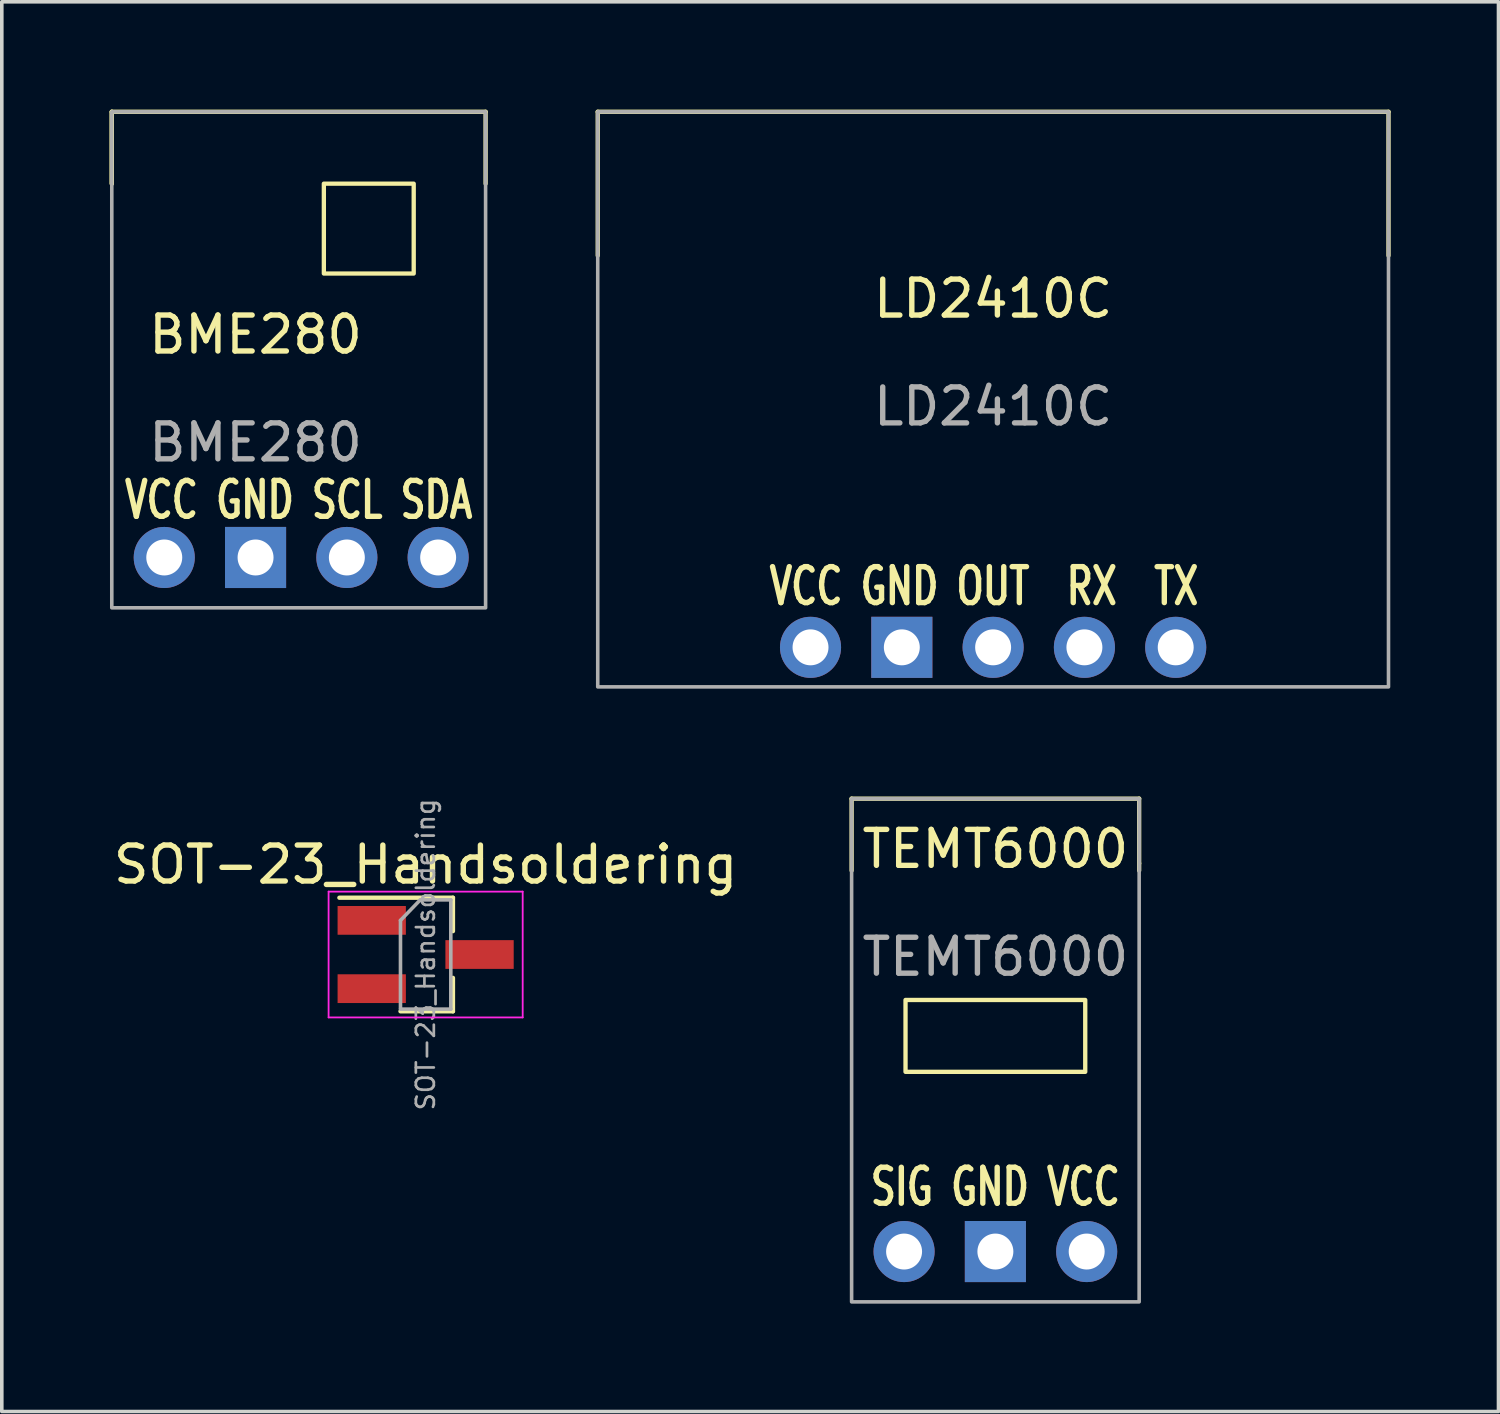
<source format=kicad_pcb>
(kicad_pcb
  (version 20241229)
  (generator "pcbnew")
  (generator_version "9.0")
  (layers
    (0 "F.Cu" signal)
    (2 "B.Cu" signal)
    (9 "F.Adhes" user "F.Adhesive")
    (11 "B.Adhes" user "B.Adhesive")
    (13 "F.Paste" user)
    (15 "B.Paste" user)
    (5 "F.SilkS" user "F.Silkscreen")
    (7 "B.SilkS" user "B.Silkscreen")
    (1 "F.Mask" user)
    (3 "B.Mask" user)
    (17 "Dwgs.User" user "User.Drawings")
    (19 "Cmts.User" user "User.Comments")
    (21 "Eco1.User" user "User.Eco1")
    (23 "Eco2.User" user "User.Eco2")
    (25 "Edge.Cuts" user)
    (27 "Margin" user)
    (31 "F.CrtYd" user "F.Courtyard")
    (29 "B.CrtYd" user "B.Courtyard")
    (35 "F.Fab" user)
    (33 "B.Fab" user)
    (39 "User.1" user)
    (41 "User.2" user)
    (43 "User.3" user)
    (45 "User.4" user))
  (footprint "BME280"
    (layer "F.Cu")
    (at 4.06 12.46)
    (property "Reference" "BME280" (at 0 -6.2 0) (unlocked yes) (layer "F.SilkS") (effects (font (size 1 1) (thickness 0.15))))
    (attr through_hole)
    (fp_line (start -4 -12.4) (end -4 -10.4) (stroke (width 0.12) (type solid)) (layer "F.SilkS"))
    (fp_line (start -4 -12.4) (end 6.4 -12.4) (stroke (width 0.12) (type solid)) (layer "F.SilkS"))
    (fp_line (start -4 -10.4) (end -4 -12.4) (stroke (width 0.12) (type solid)) (layer "F.SilkS"))
    (fp_line (start 6.4 -12.4) (end 6.4 -10.4) (stroke (width 0.12) (type solid)) (layer "F.SilkS"))
    (fp_rect (start 4.4 -10.4) (end 1.9 -7.9) (stroke (width 0.12) (type solid)) (fill no) (layer "F.SilkS"))
    (fp_rect (start -4 1.4) (end 6.4 -12.4) (stroke (width 0.1) (type solid)) (fill no) (layer "F.Fab"))
    (fp_text user "VCC GND SCL SDA" (at 1.2 -1.6 0) (unlocked yes) (layer "F.SilkS") (effects (font (size 1 0.7) (thickness 0.15))))
    (fp_text user "${REFERENCE}" (at 0 -3.2 0) (unlocked yes) (layer "F.Fab") (effects (font (size 1 1) (thickness 0.15))))
    (pad "1" thru_hole circle (at -2.54 0) (size 1.7 1.7) (drill 1) (layers "*.Cu" "*.Mask"))
    (pad "2" thru_hole rect (at 0 0) (size 1.7 1.7) (drill 1) (layers "*.Cu" "*.Mask"))
    (pad "3" thru_hole circle (at 2.54 0) (size 1.7 1.7) (drill 1) (layers "*.Cu" "*.Mask"))
    (pad "4" thru_hole circle (at 5.08 0) (size 1.7 1.7) (drill 1) (layers "*.Cu" "*.Mask")))
  (footprint "TEMT6000"
    (layer "F.Cu")
    (at 24.643 31.77)
    (property "Reference" "TEMT6000" (at 0 -11.2 0) (unlocked yes) (layer "F.SilkS") (effects (font (size 1 1) (thickness 0.15))))
    (attr through_hole)
    (fp_line (start -4 -12.6) (end 4 -12.6) (stroke (width 0.12) (type solid)) (layer "F.SilkS"))
    (fp_line (start -4 -10.6) (end -4 -12.6) (stroke (width 0.12) (type solid)) (layer "F.SilkS"))
    (fp_line (start 4 -12.6) (end 4 -10.8) (stroke (width 0.12) (type solid)) (layer "F.SilkS"))
    (fp_line (start 4 -10.8) (end 4 -10.6) (stroke (width 0.12) (type solid)) (layer "F.SilkS"))
    (fp_rect (start -2.5 -7) (end 2.5 -5) (stroke (width 0.12) (type solid)) (fill no) (layer "F.SilkS"))
    (fp_rect (start -4 1.4) (end 4 -12.6) (stroke (width 0.1) (type solid)) (fill no) (layer "F.Fab"))
    (fp_text user "SIG GND VCC" (at 0 -1.8 0) (unlocked yes) (layer "F.SilkS") (effects (font (size 1 0.7) (thickness 0.15))))
    (fp_text user "${REFERENCE}" (at 0 -8.2 0) (unlocked yes) (layer "F.Fab") (effects (font (size 1 1) (thickness 0.15))))
    (pad "1" thru_hole circle (at -2.54 0) (size 1.7 1.7) (drill 1) (layers "*.Cu" "*.Mask"))
    (pad "2" thru_hole rect (at 0 0) (size 1.7 1.7) (drill 1) (layers "*.Cu" "*.Mask"))
    (pad "3" thru_hole circle (at 2.54 0) (size 1.7 1.7) (drill 1) (layers "*.Cu" "*.Mask")))
  (footprint "LD2410C"
    (layer "F.Cu")
    (at 24.58 14.96)
    (property "Reference" "LD2410C" (at 0 -9.7 0) (unlocked yes) (layer "F.SilkS") (effects (font (size 1 1) (thickness 0.15))))
    (attr through_hole)
    (fp_line (start -11 -14.9) (end -11 -10.9) (stroke (width 0.12) (type solid)) (layer "F.SilkS"))
    (fp_line (start -11 -14.9) (end 11 -14.9) (stroke (width 0.12) (type solid)) (layer "F.SilkS"))
    (fp_line (start 11 -14.9) (end 11 -10.9) (stroke (width 0.12) (type solid)) (layer "F.SilkS"))
    (fp_rect (start -11 1.1) (end 11 -14.9) (stroke (width 0.1) (type solid)) (fill no) (layer "F.Fab"))
    (fp_text user "VCC GND OUT  RX  TX" (at -0.254 -1.7 0) (unlocked yes) (layer "F.SilkS") (effects (font (size 1 0.7) (thickness 0.15))))
    (fp_text user "${REFERENCE}" (at 0 -6.7 0) (unlocked yes) (layer "F.Fab") (effects (font (size 1 1) (thickness 0.15))))
    (pad "1" thru_hole circle (at -5.08 0) (size 1.7 1.7) (drill 1) (layers "*.Cu" "*.Mask"))
    (pad "2" thru_hole rect (at -2.54 0) (size 1.7 1.7) (drill 1) (layers "*.Cu" "*.Mask"))
    (pad "3" thru_hole circle (at 0 0) (size 1.7 1.7) (drill 1) (layers "*.Cu" "*.Mask"))
    (pad "4" thru_hole circle (at 2.54 0) (size 1.7 1.7) (drill 1) (layers "*.Cu" "*.Mask"))
    (pad "5" thru_hole circle (at 5.08 0) (size 1.7 1.7) (drill 1) (layers "*.Cu" "*.Mask")))
  (footprint "SOT-23_Handsoldering"
    (layer "F.Cu")
    (at 8.792 23.506)
    (property "Reference" "SOT-23_Handsoldering" (at 0 -2.5 0) (layer "F.SilkS") (effects (font (size 1 1) (thickness 0.15))))
    (attr smd)
    (fp_line (start 0.76 -1.58) (end -2.4 -1.58) (stroke (width 0.12) (type solid)) (layer "F.SilkS"))
    (fp_line (start 0.76 -1.58) (end 0.76 -0.65) (stroke (width 0.12) (type solid)) (layer "F.SilkS"))
    (fp_line (start 0.76 1.58) (end -0.7 1.58) (stroke (width 0.12) (type solid)) (layer "F.SilkS"))
    (fp_line (start 0.76 1.58) (end 0.76 0.65) (stroke (width 0.12) (type solid)) (layer "F.SilkS"))
    (fp_line (start -2.7 -1.75) (end 2.7 -1.75) (stroke (width 0.05) (type solid)) (layer "F.CrtYd"))
    (fp_line (start -2.7 1.75) (end -2.7 -1.75) (stroke (width 0.05) (type solid)) (layer "F.CrtYd"))
    (fp_line (start 2.7 -1.75) (end 2.7 1.75) (stroke (width 0.05) (type solid)) (layer "F.CrtYd"))
    (fp_line (start 2.7 1.75) (end -2.7 1.75) (stroke (width 0.05) (type solid)) (layer "F.CrtYd"))
    (fp_line (start -0.7 -0.95) (end -0.7 1.5) (stroke (width 0.1) (type solid)) (layer "F.Fab"))
    (fp_line (start -0.7 -0.95) (end -0.15 -1.52) (stroke (width 0.1) (type solid)) (layer "F.Fab"))
    (fp_line (start -0.7 1.52) (end 0.7 1.52) (stroke (width 0.1) (type solid)) (layer "F.Fab"))
    (fp_line (start -0.15 -1.52) (end 0.7 -1.52) (stroke (width 0.1) (type solid)) (layer "F.Fab"))
    (fp_line (start 0.7 -1.52) (end 0.7 1.52) (stroke (width 0.1) (type solid)) (layer "F.Fab"))
    (fp_text user "${REFERENCE}" (at 0 0 90) (layer "F.Fab") (effects (font (size 0.5 0.5) (thickness 0.075))))
    (pad "1" smd rect (at -1.5 0.95) (size 1.9 0.8) (layers "F.Cu" "F.Mask" "F.Paste"))
    (pad "2" smd rect (at -1.5 -0.95) (size 1.9 0.8) (layers "F.Cu" "F.Mask" "F.Paste"))
    (pad "3" smd rect (at 1.5 0) (size 1.9 0.8) (layers "F.Cu" "F.Mask" "F.Paste")))
  (gr_rect
    (start -3 -3)
    (end 38.64 36.22)
    (stroke (width 0.1) (type default))
    (fill no)
    (layer "Edge.Cuts")))
</source>
